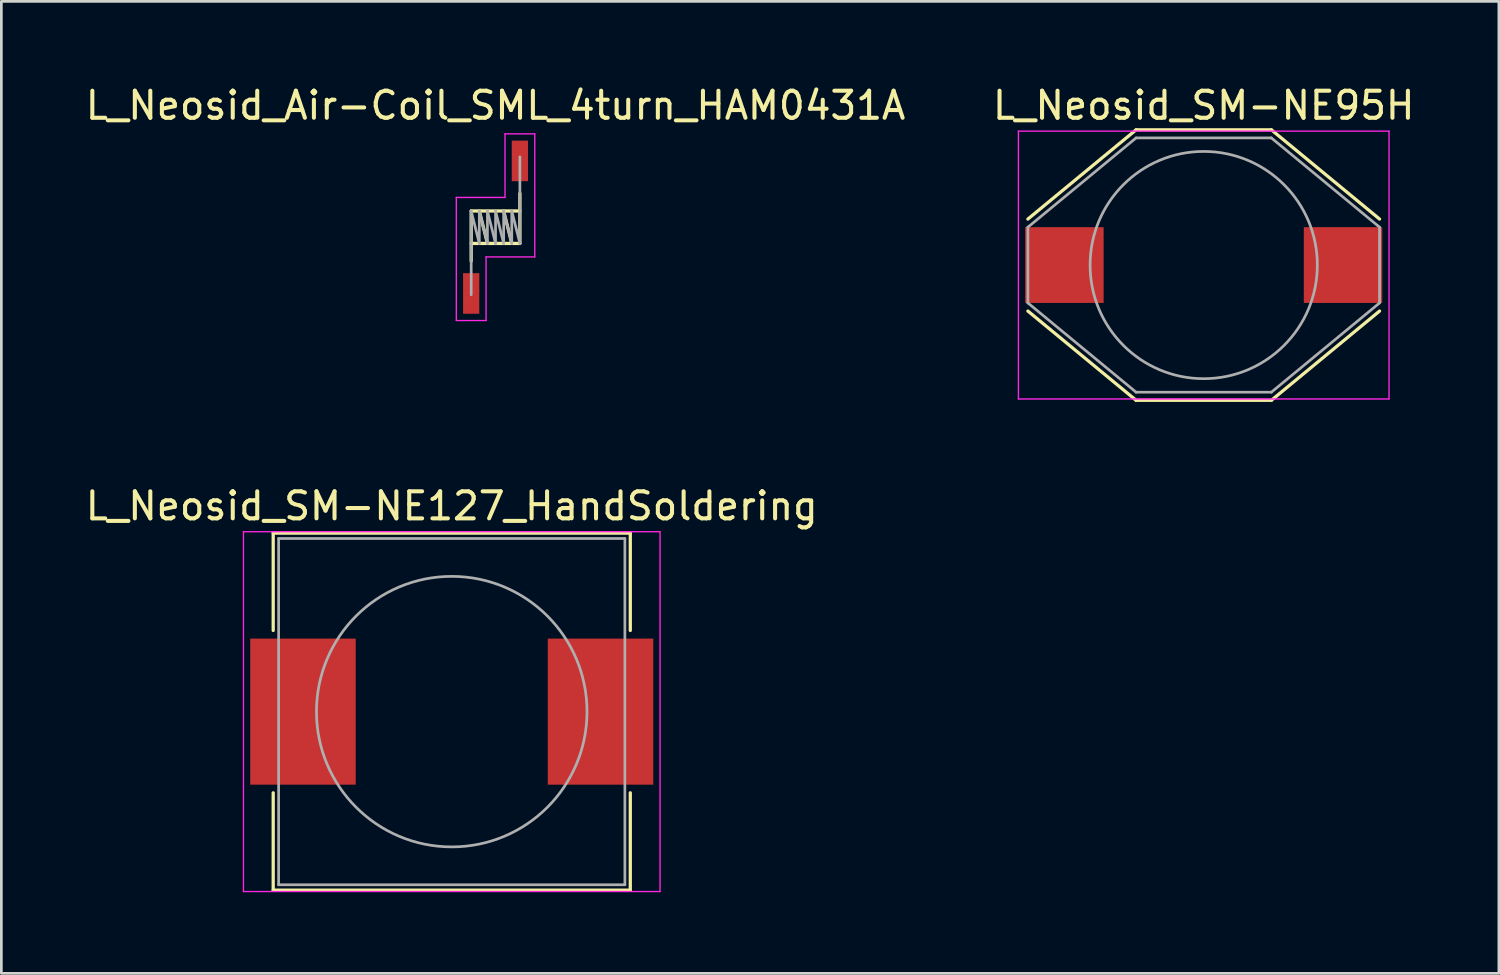
<source format=kicad_pcb>
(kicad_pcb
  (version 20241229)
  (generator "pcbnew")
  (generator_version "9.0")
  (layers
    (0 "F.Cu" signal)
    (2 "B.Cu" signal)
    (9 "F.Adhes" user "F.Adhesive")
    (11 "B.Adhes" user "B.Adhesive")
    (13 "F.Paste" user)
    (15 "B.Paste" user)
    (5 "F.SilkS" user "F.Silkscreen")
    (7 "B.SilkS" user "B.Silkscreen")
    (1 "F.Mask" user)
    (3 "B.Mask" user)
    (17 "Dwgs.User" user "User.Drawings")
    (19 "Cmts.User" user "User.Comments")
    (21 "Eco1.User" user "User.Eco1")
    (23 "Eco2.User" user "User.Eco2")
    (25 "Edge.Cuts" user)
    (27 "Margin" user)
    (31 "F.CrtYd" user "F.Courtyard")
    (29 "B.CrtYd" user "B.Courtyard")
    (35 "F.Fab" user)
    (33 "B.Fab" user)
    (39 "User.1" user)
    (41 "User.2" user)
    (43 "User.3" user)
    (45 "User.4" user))
  (footprint "L_Neosid_SM-NE127_HandSoldering"
    (layer "F.Cu")
    (at 13.649 23.256)
    (property "Reference" "L_Neosid_SM-NE127_HandSoldering" (at 0 -7.6 0) (layer "F.SilkS") (effects (font (size 1 1) (thickness 0.15))))
    (attr smd)
    (fp_line (start -6.6 -6.6) (end 6.6 -6.6) (stroke (width 0.12) (type solid)) (layer "F.SilkS"))
    (fp_line (start -6.6 -3) (end -6.6 -6.6) (stroke (width 0.12) (type solid)) (layer "F.SilkS"))
    (fp_line (start -6.6 6.6) (end -6.6 3) (stroke (width 0.12) (type solid)) (layer "F.SilkS"))
    (fp_line (start 6.6 -6.6) (end 6.6 -3) (stroke (width 0.12) (type solid)) (layer "F.SilkS"))
    (fp_line (start 6.6 3) (end 6.6 6.6) (stroke (width 0.12) (type solid)) (layer "F.SilkS"))
    (fp_line (start 6.6 6.6) (end -6.6 6.6) (stroke (width 0.12) (type solid)) (layer "F.SilkS"))
    (fp_line (start -7.7 -6.65) (end -7.7 6.65) (stroke (width 0.05) (type solid)) (layer "F.CrtYd"))
    (fp_line (start -7.7 -6.65) (end 7.7 -6.65) (stroke (width 0.05) (type solid)) (layer "F.CrtYd"))
    (fp_line (start 7.7 6.65) (end -7.7 6.65) (stroke (width 0.05) (type solid)) (layer "F.CrtYd"))
    (fp_line (start 7.7 6.65) (end 7.7 -6.65) (stroke (width 0.05) (type solid)) (layer "F.CrtYd"))
    (fp_line (start -6.4 -6.4) (end 6.4 -6.4) (stroke (width 0.1) (type solid)) (layer "F.Fab"))
    (fp_line (start -6.4 6.4) (end -6.4 -6.4) (stroke (width 0.1) (type solid)) (layer "F.Fab"))
    (fp_line (start 6.4 -6.4) (end 6.4 6.4) (stroke (width 0.1) (type solid)) (layer "F.Fab"))
    (fp_line (start 6.4 6.4) (end -6.4 6.4) (stroke (width 0.1) (type solid)) (layer "F.Fab"))
    (fp_circle (center 0 0) (end 5 0) (stroke (width 0.1) (type solid)) (fill no) (layer "F.Fab"))
    (pad "1" smd rect (at -5.5 0) (size 3.9 5.4) (layers "F.Cu" "F.Mask" "F.Paste"))
    (pad "2" smd rect (at 5.5 0) (size 3.9 5.4) (layers "F.Cu" "F.Mask" "F.Paste")))
  (footprint "L_Neosid_SM-NE95H"
    (layer "F.Cu")
    (at 41.446 6.748)
    (property "Reference" "L_Neosid_SM-NE95H" (at 0 -5.9 0) (layer "F.SilkS") (effects (font (size 1 1) (thickness 0.15))))
    (attr smd)
    (fp_line (start -6.5 -1.7) (end -2.5 -5) (stroke (width 0.12) (type solid)) (layer "F.SilkS"))
    (fp_line (start -2.5 -5) (end 2.5 -5) (stroke (width 0.12) (type solid)) (layer "F.SilkS"))
    (fp_line (start -2.5 5) (end -6.5 1.7) (stroke (width 0.12) (type solid)) (layer "F.SilkS"))
    (fp_line (start 2.5 -5) (end 6.5 -1.7) (stroke (width 0.12) (type solid)) (layer "F.SilkS"))
    (fp_line (start 2.5 5) (end -2.5 5) (stroke (width 0.12) (type solid)) (layer "F.SilkS"))
    (fp_line (start 6.5 1.7) (end 2.5 5) (stroke (width 0.12) (type solid)) (layer "F.SilkS"))
    (fp_line (start -6.85 -4.95) (end -6.85 4.95) (stroke (width 0.05) (type solid)) (layer "F.CrtYd"))
    (fp_line (start -6.85 -4.95) (end 6.85 -4.95) (stroke (width 0.05) (type solid)) (layer "F.CrtYd"))
    (fp_line (start 6.85 4.95) (end -6.85 4.95) (stroke (width 0.05) (type solid)) (layer "F.CrtYd"))
    (fp_line (start 6.85 4.95) (end 6.85 -4.95) (stroke (width 0.05) (type solid)) (layer "F.CrtYd"))
    (fp_line (start -6.5 -1.4) (end -2.5 -4.7) (stroke (width 0.1) (type solid)) (layer "F.Fab"))
    (fp_line (start -6.5 1.4) (end -6.5 -1.4) (stroke (width 0.1) (type solid)) (layer "F.Fab"))
    (fp_line (start -2.5 -4.7) (end 2.5 -4.7) (stroke (width 0.1) (type solid)) (layer "F.Fab"))
    (fp_line (start -2.5 4.7) (end -6.5 1.4) (stroke (width 0.1) (type solid)) (layer "F.Fab"))
    (fp_line (start 2.5 -4.7) (end 6.5 -1.4) (stroke (width 0.1) (type solid)) (layer "F.Fab"))
    (fp_line (start 2.5 4.7) (end -2.5 4.7) (stroke (width 0.1) (type solid)) (layer "F.Fab"))
    (fp_line (start 6.5 -1.4) (end 6.5 1.4) (stroke (width 0.1) (type solid)) (layer "F.Fab"))
    (fp_line (start 6.5 1.4) (end 2.5 4.7) (stroke (width 0.1) (type solid)) (layer "F.Fab"))
    (fp_circle (center 0 0) (end 0 -4.2) (stroke (width 0.1) (type solid)) (fill no) (layer "F.Fab"))
    (pad "1" smd rect (at -5.15 0) (size 2.9 2.8) (layers "F.Cu" "F.Mask" "F.Paste"))
    (pad "2" smd rect (at 5.15 0) (size 2.9 2.8) (layers "F.Cu" "F.Mask" "F.Paste")))
  (footprint "L_Neosid_Air-Coil_SML_4turn_HAM0431A"
    (layer "F.Cu")
    (at 15.268 5.348)
    (property "Reference" "L_Neosid_Air-Coil_SML_4turn_HAM0431A" (at 0 -4.5 0) (layer "F.SilkS") (effects (font (size 1 1) (thickness 0.15))))
    (attr smd)
    (fp_line (start -0.9 -0.6) (end 0.9 -0.6) (stroke (width 0.12) (type solid)) (layer "F.SilkS"))
    (fp_line (start -0.9 1.25) (end -0.9 -0.6) (stroke (width 0.12) (type solid)) (layer "F.SilkS"))
    (fp_line (start -0.6 -0.6) (end -0.3 0.6) (stroke (width 0.12) (type solid)) (layer "F.SilkS"))
    (fp_line (start 0.3 -0.6) (end 0.6 0.6) (stroke (width 0.12) (type solid)) (layer "F.SilkS"))
    (fp_line (start 0.9 0.6) (end -0.9 0.6) (stroke (width 0.12) (type solid)) (layer "F.SilkS"))
    (fp_line (start 0.9 0.6) (end 0.9 -1.25) (stroke (width 0.12) (type solid)) (layer "F.SilkS"))
    (fp_line (start -1.45 -1.1) (end -1.45 3.45) (stroke (width 0.05) (type solid)) (layer "F.CrtYd"))
    (fp_line (start -1.45 3.45) (end -0.35 3.45) (stroke (width 0.05) (type solid)) (layer "F.CrtYd"))
    (fp_line (start -0.35 1.1) (end 1.45 1.1) (stroke (width 0.05) (type solid)) (layer "F.CrtYd"))
    (fp_line (start -0.35 3.45) (end -0.35 1.1) (stroke (width 0.05) (type solid)) (layer "F.CrtYd"))
    (fp_line (start 0.35 -3.45) (end 0.35 -1.1) (stroke (width 0.05) (type solid)) (layer "F.CrtYd"))
    (fp_line (start 0.35 -1.1) (end -1.45 -1.1) (stroke (width 0.05) (type solid)) (layer "F.CrtYd"))
    (fp_line (start 1.45 -3.45) (end 0.35 -3.45) (stroke (width 0.05) (type solid)) (layer "F.CrtYd"))
    (fp_line (start 1.45 1.1) (end 1.45 -3.45) (stroke (width 0.05) (type solid)) (layer "F.CrtYd"))
    (fp_line (start -0.9 -0.6) (end -0.6 0.6) (stroke (width 0.1) (type solid)) (layer "F.Fab"))
    (fp_line (start -0.9 2.5) (end -0.9 -0.6) (stroke (width 0.1) (type solid)) (layer "F.Fab"))
    (fp_line (start -0.6 -0.6) (end -0.3 0.6) (stroke (width 0.1) (type solid)) (layer "F.Fab"))
    (fp_line (start -0.6 0.6) (end -0.6 -0.6) (stroke (width 0.1) (type solid)) (layer "F.Fab"))
    (fp_line (start -0.3 -0.6) (end 0 0.6) (stroke (width 0.1) (type solid)) (layer "F.Fab"))
    (fp_line (start -0.3 0.6) (end -0.3 -0.6) (stroke (width 0.1) (type solid)) (layer "F.Fab"))
    (fp_line (start 0 0.6) (end 0 -0.6) (stroke (width 0.1) (type solid)) (layer "F.Fab"))
    (fp_line (start 0.3 -0.6) (end 0.3 0.6) (stroke (width 0.1) (type solid)) (layer "F.Fab"))
    (fp_line (start 0.3 -0.6) (end 0.6 0.6) (stroke (width 0.1) (type solid)) (layer "F.Fab"))
    (fp_line (start 0.3 0.6) (end 0 -0.6) (stroke (width 0.1) (type solid)) (layer "F.Fab"))
    (fp_line (start 0.6 -0.6) (end 0.9 0.6) (stroke (width 0.1) (type solid)) (layer "F.Fab"))
    (fp_line (start 0.6 0.6) (end 0.6 -0.6) (stroke (width 0.1) (type solid)) (layer "F.Fab"))
    (fp_line (start 0.9 0.6) (end 0.9 -2.6) (stroke (width 0.1) (type solid)) (layer "F.Fab"))
    (pad "1" smd rect (at -0.9 2.45) (size 0.6 1.5) (layers "F.Cu" "F.Mask" "F.Paste"))
    (pad "2" smd rect (at 0.9 -2.45) (size 0.6 1.5) (layers "F.Cu" "F.Mask" "F.Paste")))
  (gr_rect
    (start -3 -3)
    (end 52.357 32.931)
    (stroke (width 0.1) (type default))
    (fill no)
    (layer "Edge.Cuts")))
</source>
